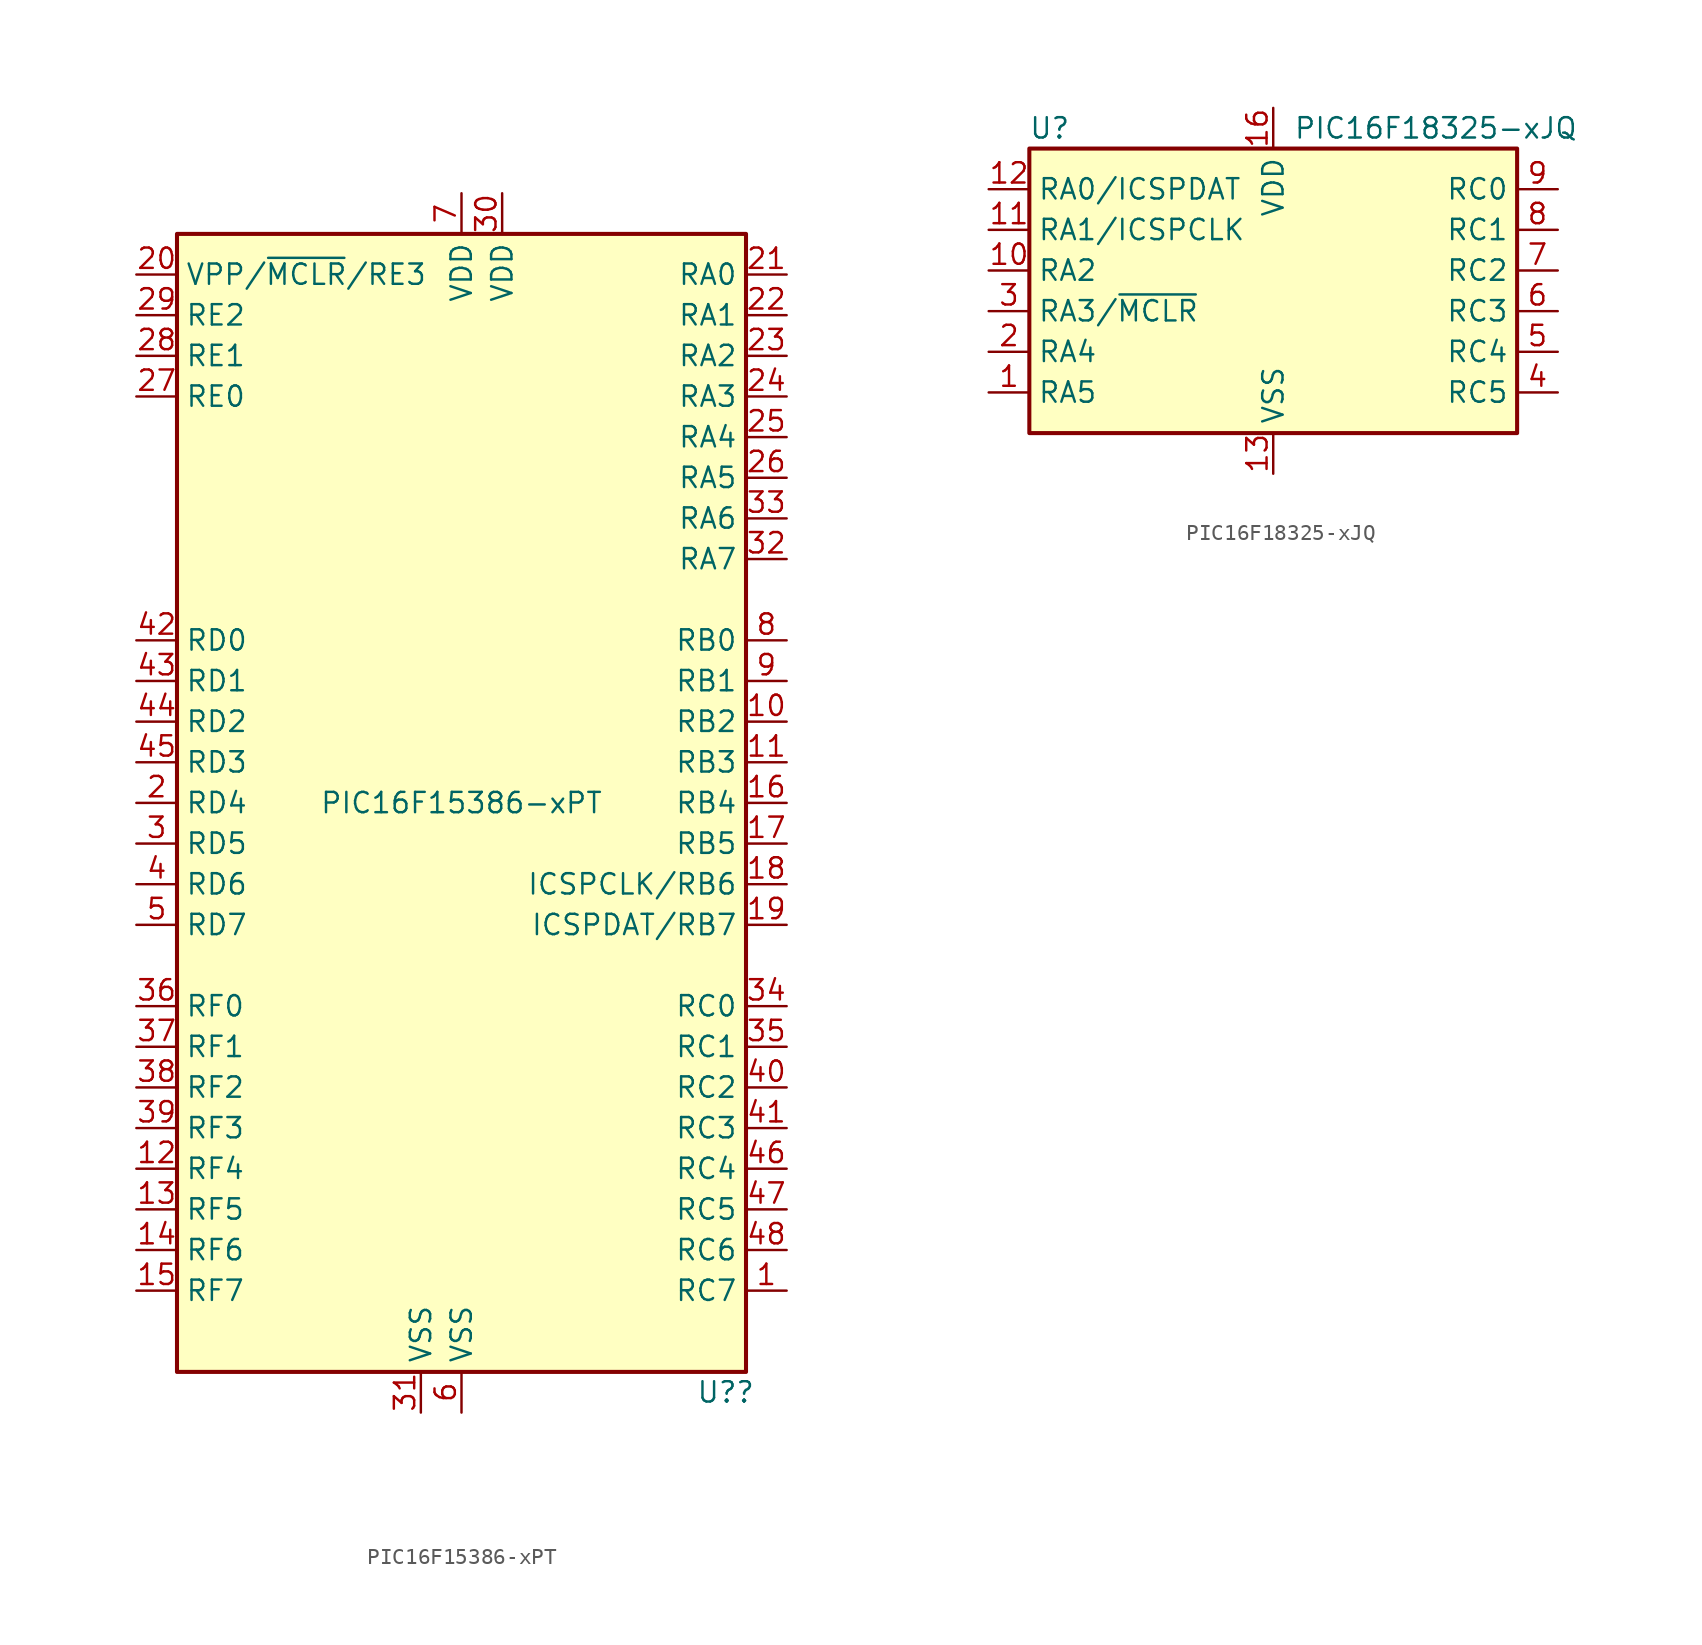
<source format=kicad_sym>
(kicad_symbol_lib
  (version 20200908)
  (generator kicad_symbol_editor)
  (symbol "MCU_Microchip_PIC16:PIC16F15386-xPT"
    (property "Reference" "U?"
      (at 16.51 -36.83 0)
      (effects (font (size 1.27 1.27))))
    (property "Value" "PIC16F15386-xPT"
      (at 0 0 0)
      (effects (font (size 1.27 1.27))))
    (symbol "PIC16F15386-xPT_0_1"
      (rectangle (start -17.78 35.56) (end 17.78 -35.56) (stroke (width 0.254)) (fill (type background))))
    (symbol "PIC16F15386-xPT_0_0"
      (pin bidirectional line (at -20.32 -2.54 0) (length 2.54) (name "RD5" (effects (font (size 1.27 1.27)))) (number "3" (effects (font (size 1.27 1.27)))))
      (pin bidirectional line (at -20.32 -5.08 0) (length 2.54) (name "RD6" (effects (font (size 1.27 1.27)))) (number "4" (effects (font (size 1.27 1.27))))))
    (symbol "PIC16F15386-xPT_1_1"
      (pin bidirectional line (at 20.32 -30.48 180) (length 2.54) (name "RC7" (effects (font (size 1.27 1.27)))) (number "1" (effects (font (size 1.27 1.27)))))
      (pin bidirectional line (at 20.32 5.08 180) (length 2.54) (name "RB2" (effects (font (size 1.27 1.27)))) (number "10" (effects (font (size 1.27 1.27)))))
      (pin bidirectional line (at 20.32 2.54 180) (length 2.54) (name "RB3" (effects (font (size 1.27 1.27)))) (number "11" (effects (font (size 1.27 1.27)))))
      (pin bidirectional line (at -20.32 -22.86 0) (length 2.54) (name "RF4" (effects (font (size 1.27 1.27)))) (number "12" (effects (font (size 1.27 1.27)))))
      (pin bidirectional line (at -20.32 -25.4 0) (length 2.54) (name "RF5" (effects (font (size 1.27 1.27)))) (number "13" (effects (font (size 1.27 1.27)))))
      (pin bidirectional line (at -20.32 -27.94 0) (length 2.54) (name "RF6" (effects (font (size 1.27 1.27)))) (number "14" (effects (font (size 1.27 1.27)))))
      (pin bidirectional line (at -20.32 -30.48 0) (length 2.54) (name "RF7" (effects (font (size 1.27 1.27)))) (number "15" (effects (font (size 1.27 1.27)))))
      (pin bidirectional line (at 20.32 0 180) (length 2.54) (name "RB4" (effects (font (size 1.27 1.27)))) (number "16" (effects (font (size 1.27 1.27)))))
      (pin bidirectional line (at 20.32 -2.54 180) (length 2.54) (name "RB5" (effects (font (size 1.27 1.27)))) (number "17" (effects (font (size 1.27 1.27)))))
      (pin bidirectional line (at 20.32 -5.08 180) (length 2.54) (name "ICSPCLK/RB6" (effects (font (size 1.27 1.27)))) (number "18" (effects (font (size 1.27 1.27)))))
      (pin bidirectional line (at 20.32 -7.62 180) (length 2.54) (name "ICSPDAT/RB7" (effects (font (size 1.27 1.27)))) (number "19" (effects (font (size 1.27 1.27)))))
      (pin bidirectional line (at -20.32 0 0) (length 2.54) (name "RD4" (effects (font (size 1.27 1.27)))) (number "2" (effects (font (size 1.27 1.27)))))
      (pin bidirectional line (at -20.32 33.02 0) (length 2.54) (name "VPP/~MCLR~/RE3" (effects (font (size 1.27 1.27)))) (number "20" (effects (font (size 1.27 1.27)))))
      (pin bidirectional line (at 20.32 33.02 180) (length 2.54) (name "RA0" (effects (font (size 1.27 1.27)))) (number "21" (effects (font (size 1.27 1.27)))))
      (pin bidirectional line (at 20.32 30.48 180) (length 2.54) (name "RA1" (effects (font (size 1.27 1.27)))) (number "22" (effects (font (size 1.27 1.27)))))
      (pin bidirectional line (at 20.32 27.94 180) (length 2.54) (name "RA2" (effects (font (size 1.27 1.27)))) (number "23" (effects (font (size 1.27 1.27)))))
      (pin bidirectional line (at 20.32 25.4 180) (length 2.54) (name "RA3" (effects (font (size 1.27 1.27)))) (number "24" (effects (font (size 1.27 1.27)))))
      (pin bidirectional line (at 20.32 22.86 180) (length 2.54) (name "RA4" (effects (font (size 1.27 1.27)))) (number "25" (effects (font (size 1.27 1.27)))))
      (pin bidirectional line (at 20.32 20.32 180) (length 2.54) (name "RA5" (effects (font (size 1.27 1.27)))) (number "26" (effects (font (size 1.27 1.27)))))
      (pin bidirectional line (at -20.32 25.4 0) (length 2.54) (name "RE0" (effects (font (size 1.27 1.27)))) (number "27" (effects (font (size 1.27 1.27)))))
      (pin bidirectional line (at -20.32 27.94 0) (length 2.54) (name "RE1" (effects (font (size 1.27 1.27)))) (number "28" (effects (font (size 1.27 1.27)))))
      (pin bidirectional line (at -20.32 30.48 0) (length 2.54) (name "RE2" (effects (font (size 1.27 1.27)))) (number "29" (effects (font (size 1.27 1.27)))))
      (pin power_in line (at 2.54 38.1 270) (length 2.54) (name "VDD" (effects (font (size 1.27 1.27)))) (number "30" (effects (font (size 1.27 1.27)))))
      (pin power_in line (at -2.54 -38.1 90) (length 2.54) (name "VSS" (effects (font (size 1.27 1.27)))) (number "31" (effects (font (size 1.27 1.27)))))
      (pin bidirectional line (at 20.32 15.24 180) (length 2.54) (name "RA7" (effects (font (size 1.27 1.27)))) (number "32" (effects (font (size 1.27 1.27)))))
      (pin bidirectional line (at 20.32 17.78 180) (length 2.54) (name "RA6" (effects (font (size 1.27 1.27)))) (number "33" (effects (font (size 1.27 1.27)))))
      (pin bidirectional line (at 20.32 -12.7 180) (length 2.54) (name "RC0" (effects (font (size 1.27 1.27)))) (number "34" (effects (font (size 1.27 1.27)))))
      (pin bidirectional line (at 20.32 -15.24 180) (length 2.54) (name "RC1" (effects (font (size 1.27 1.27)))) (number "35" (effects (font (size 1.27 1.27)))))
      (pin bidirectional line (at -20.32 -12.7 0) (length 2.54) (name "RF0" (effects (font (size 1.27 1.27)))) (number "36" (effects (font (size 1.27 1.27)))))
      (pin bidirectional line (at -20.32 -15.24 0) (length 2.54) (name "RF1" (effects (font (size 1.27 1.27)))) (number "37" (effects (font (size 1.27 1.27)))))
      (pin bidirectional line (at -20.32 -17.78 0) (length 2.54) (name "RF2" (effects (font (size 1.27 1.27)))) (number "38" (effects (font (size 1.27 1.27)))))
      (pin bidirectional line (at -20.32 -20.32 0) (length 2.54) (name "RF3" (effects (font (size 1.27 1.27)))) (number "39" (effects (font (size 1.27 1.27)))))
      (pin bidirectional line (at 20.32 -17.78 180) (length 2.54) (name "RC2" (effects (font (size 1.27 1.27)))) (number "40" (effects (font (size 1.27 1.27)))))
      (pin bidirectional line (at 20.32 -20.32 180) (length 2.54) (name "RC3" (effects (font (size 1.27 1.27)))) (number "41" (effects (font (size 1.27 1.27)))))
      (pin bidirectional line (at -20.32 10.16 0) (length 2.54) (name "RD0" (effects (font (size 1.27 1.27)))) (number "42" (effects (font (size 1.27 1.27)))))
      (pin bidirectional line (at -20.32 7.62 0) (length 2.54) (name "RD1" (effects (font (size 1.27 1.27)))) (number "43" (effects (font (size 1.27 1.27)))))
      (pin bidirectional line (at -20.32 5.08 0) (length 2.54) (name "RD2" (effects (font (size 1.27 1.27)))) (number "44" (effects (font (size 1.27 1.27)))))
      (pin bidirectional line (at -20.32 2.54 0) (length 2.54) (name "RD3" (effects (font (size 1.27 1.27)))) (number "45" (effects (font (size 1.27 1.27)))))
      (pin bidirectional line (at 20.32 -22.86 180) (length 2.54) (name "RC4" (effects (font (size 1.27 1.27)))) (number "46" (effects (font (size 1.27 1.27)))))
      (pin bidirectional line (at 20.32 -25.4 180) (length 2.54) (name "RC5" (effects (font (size 1.27 1.27)))) (number "47" (effects (font (size 1.27 1.27)))))
      (pin bidirectional line (at 20.32 -27.94 180) (length 2.54) (name "RC6" (effects (font (size 1.27 1.27)))) (number "48" (effects (font (size 1.27 1.27)))))
      (pin bidirectional line (at -20.32 -7.62 0) (length 2.54) (name "RD7" (effects (font (size 1.27 1.27)))) (number "5" (effects (font (size 1.27 1.27)))))
      (pin power_in line (at 0 -38.1 90) (length 2.54) (name "VSS" (effects (font (size 1.27 1.27)))) (number "6" (effects (font (size 1.27 1.27)))))
      (pin power_in line (at 0 38.1 270) (length 2.54) (name "VDD" (effects (font (size 1.27 1.27)))) (number "7" (effects (font (size 1.27 1.27)))))
      (pin bidirectional line (at 20.32 10.16 180) (length 2.54) (name "RB0" (effects (font (size 1.27 1.27)))) (number "8" (effects (font (size 1.27 1.27)))))
      (pin bidirectional line (at 20.32 7.62 180) (length 2.54) (name "RB1" (effects (font (size 1.27 1.27)))) (number "9" (effects (font (size 1.27 1.27)))))))
  (symbol "MCU_Microchip_PIC16:PIC16F18325-xJQ"
    (property "Reference" "U"
      (at -13.97 11.43 0)
      (effects (font (size 1.27 1.27))))
    (property "Value" "PIC16F18325-xJQ"
      (at 10.16 11.43 0)
      (effects (font (size 1.27 1.27))))
    (symbol "PIC16F18325-xJQ_0_1"
      (rectangle (start -15.24 10.16) (end 15.24 -7.62) (stroke (width 0.254)) (fill (type background))))
    (symbol "PIC16F18325-xJQ_1_1"
      (pin bidirectional line (at -17.78 -5.08 0) (length 2.54) (name "RA5" (effects (font (size 1.27 1.27)))) (number "1" (effects (font (size 1.27 1.27)))))
      (pin bidirectional line (at -17.78 2.54 0) (length 2.54) (name "RA2" (effects (font (size 1.27 1.27)))) (number "10" (effects (font (size 1.27 1.27)))))
      (pin bidirectional line (at -17.78 5.08 0) (length 2.54) (name "RA1/ICSPCLK" (effects (font (size 1.27 1.27)))) (number "11" (effects (font (size 1.27 1.27)))))
      (pin bidirectional line (at -17.78 7.62 0) (length 2.54) (name "RA0/ICSPDAT" (effects (font (size 1.27 1.27)))) (number "12" (effects (font (size 1.27 1.27)))))
      (pin power_in line (at 0 -10.16 90) (length 2.54) (name "VSS" (effects (font (size 1.27 1.27)))) (number "13" (effects (font (size 1.27 1.27)))))
      (pin unconnected line (at 5.08 -7.62 90) (length 2.54) hide (name "NC" (effects (font (size 1.27 1.27)))) (number "14" (effects (font (size 1.27 1.27)))))
      (pin unconnected line (at 7.62 -7.62 90) (length 2.54) hide (name "NC" (effects (font (size 1.27 1.27)))) (number "15" (effects (font (size 1.27 1.27)))))
      (pin power_in line (at 0 12.7 270) (length 2.54) (name "VDD" (effects (font (size 1.27 1.27)))) (number "16" (effects (font (size 1.27 1.27)))))
      (pin bidirectional line (at -17.78 -2.54 0) (length 2.54) (name "RA4" (effects (font (size 1.27 1.27)))) (number "2" (effects (font (size 1.27 1.27)))))
      (pin bidirectional line (at -17.78 0 0) (length 2.54) (name "RA3/~MCLR~" (effects (font (size 1.27 1.27)))) (number "3" (effects (font (size 1.27 1.27)))))
      (pin bidirectional line (at 17.78 -5.08 180) (length 2.54) (name "RC5" (effects (font (size 1.27 1.27)))) (number "4" (effects (font (size 1.27 1.27)))))
      (pin bidirectional line (at 17.78 -2.54 180) (length 2.54) (name "RC4" (effects (font (size 1.27 1.27)))) (number "5" (effects (font (size 1.27 1.27)))))
      (pin bidirectional line (at 17.78 0 180) (length 2.54) (name "RC3" (effects (font (size 1.27 1.27)))) (number "6" (effects (font (size 1.27 1.27)))))
      (pin bidirectional line (at 17.78 2.54 180) (length 2.54) (name "RC2" (effects (font (size 1.27 1.27)))) (number "7" (effects (font (size 1.27 1.27)))))
      (pin bidirectional line (at 17.78 5.08 180) (length 2.54) (name "RC1" (effects (font (size 1.27 1.27)))) (number "8" (effects (font (size 1.27 1.27)))))
      (pin bidirectional line (at 17.78 7.62 180) (length 2.54) (name "RC0" (effects (font (size 1.27 1.27)))) (number "9" (effects (font (size 1.27 1.27))))))))
</source>
